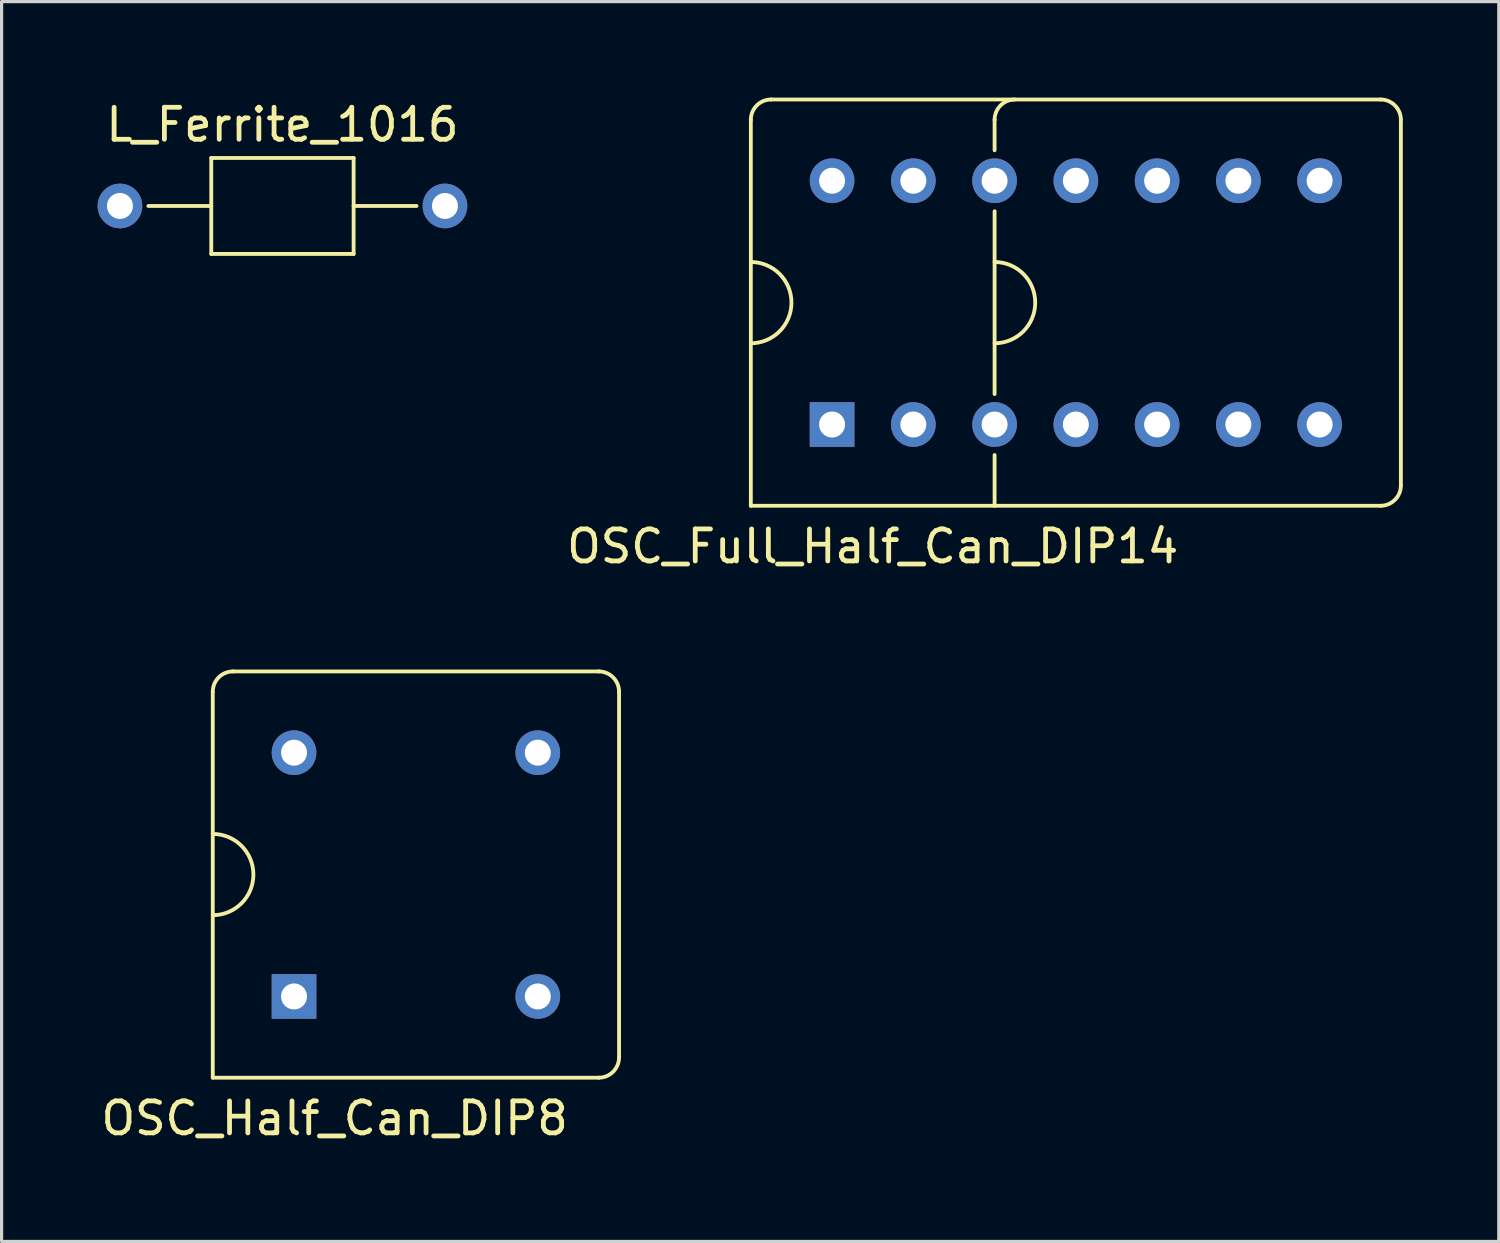
<source format=kicad_pcb>
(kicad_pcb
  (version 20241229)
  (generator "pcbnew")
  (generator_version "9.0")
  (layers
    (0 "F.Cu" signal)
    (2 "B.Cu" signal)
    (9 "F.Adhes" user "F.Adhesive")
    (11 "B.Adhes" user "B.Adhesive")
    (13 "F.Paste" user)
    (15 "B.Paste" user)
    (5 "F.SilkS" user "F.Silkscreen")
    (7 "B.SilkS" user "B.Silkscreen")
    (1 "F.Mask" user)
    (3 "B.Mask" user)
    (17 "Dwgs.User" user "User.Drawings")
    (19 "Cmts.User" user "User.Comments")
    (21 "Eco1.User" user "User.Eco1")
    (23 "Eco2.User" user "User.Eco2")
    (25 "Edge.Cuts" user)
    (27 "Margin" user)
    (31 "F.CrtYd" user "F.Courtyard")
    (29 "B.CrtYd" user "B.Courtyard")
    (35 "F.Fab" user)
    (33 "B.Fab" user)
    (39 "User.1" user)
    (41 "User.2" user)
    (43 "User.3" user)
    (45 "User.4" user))
  (footprint "OSC_Full_Half_Can_DIP14"
    (layer "F.Cu")
    (at 30.58 6.41)
    (property "Reference" "OSC_Full_Half_Can_DIP14" (at -6.35 7.62 0) (layer "F.SilkS") (effects (font (size 1 1) (thickness 0.15))))
    (attr through_hole)
    (fp_line (start -10.16 6.35) (end -10.16 -5.715) (stroke (width 0.12) (type solid)) (layer "F.SilkS"))
    (fp_line (start -9.525 -6.35) (end 9.525 -6.35) (stroke (width 0.12) (type solid)) (layer "F.SilkS"))
    (fp_line (start -2.54 -5.715) (end -2.54 -4.763) (stroke (width 0.12) (type solid)) (layer "F.SilkS"))
    (fp_line (start -2.54 -2.857) (end -2.54 2.857) (stroke (width 0.12) (type solid)) (layer "F.SilkS"))
    (fp_line (start -2.54 6.35) (end -2.54 4.763) (stroke (width 0.12) (type solid)) (layer "F.SilkS"))
    (fp_line (start 9.525 6.35) (end -10.16 6.35) (stroke (width 0.12) (type solid)) (layer "F.SilkS"))
    (fp_line (start 10.16 -5.715) (end 10.16 5.715) (stroke (width 0.12) (type solid)) (layer "F.SilkS"))
    (fp_arc (start -10.16 -5.715) (mid -9.974013 -6.164013) (end -9.525 -6.35) (stroke (width 0.12) (type solid)) (layer "F.SilkS"))
    (fp_arc (start -10.16 -1.27) (mid -8.89 0) (end -10.16 1.27) (stroke (width 0.12) (type solid)) (layer "F.SilkS"))
    (fp_arc (start -2.54 -5.715) (mid -2.354013 -6.164013) (end -1.905 -6.35) (stroke (width 0.12) (type solid)) (layer "F.SilkS"))
    (fp_arc (start -2.54 -1.27) (mid -1.27 0) (end -2.54 1.27) (stroke (width 0.12) (type solid)) (layer "F.SilkS"))
    (fp_arc (start 9.525 -6.35) (mid 9.974013 -6.164013) (end 10.16 -5.715) (stroke (width 0.12) (type solid)) (layer "F.SilkS"))
    (fp_arc (start 10.16 5.715) (mid 9.974013 6.164013) (end 9.525 6.35) (stroke (width 0.12) (type solid)) (layer "F.SilkS"))
    (pad "1" thru_hole rect (at -7.62 3.81) (size 1.397 1.397) (drill 0.813) (layers "*.Cu" "*.Mask"))
    (pad "2" thru_hole circle (at -5.08 3.81) (size 1.397 1.397) (drill 0.813) (layers "*.Cu" "*.Mask"))
    (pad "3" thru_hole circle (at -2.54 3.81) (size 1.397 1.397) (drill 0.813) (layers "*.Cu" "*.Mask"))
    (pad "4" thru_hole circle (at 0 3.81) (size 1.397 1.397) (drill 0.813) (layers "*.Cu" "*.Mask"))
    (pad "5" thru_hole circle (at 2.54 3.81) (size 1.397 1.397) (drill 0.813) (layers "*.Cu" "*.Mask"))
    (pad "6" thru_hole circle (at 5.08 3.81) (size 1.397 1.397) (drill 0.813) (layers "*.Cu" "*.Mask"))
    (pad "7" thru_hole circle (at 7.62 3.81) (size 1.397 1.397) (drill 0.813) (layers "*.Cu" "*.Mask"))
    (pad "8" thru_hole circle (at 7.62 -3.81) (size 1.397 1.397) (drill 0.813) (layers "*.Cu" "*.Mask"))
    (pad "9" thru_hole circle (at 5.08 -3.81) (size 1.397 1.397) (drill 0.813) (layers "*.Cu" "*.Mask"))
    (pad "10" thru_hole circle (at 2.54 -3.81) (size 1.397 1.397) (drill 0.813) (layers "*.Cu" "*.Mask"))
    (pad "11" thru_hole circle (at 0 -3.81) (size 1.397 1.397) (drill 0.813) (layers "*.Cu" "*.Mask"))
    (pad "12" thru_hole circle (at -2.54 -3.81) (size 1.397 1.397) (drill 0.813) (layers "*.Cu" "*.Mask"))
    (pad "13" thru_hole circle (at -5.08 -3.81) (size 1.397 1.397) (drill 0.813) (layers "*.Cu" "*.Mask"))
    (pad "14" thru_hole circle (at -7.62 -3.81) (size 1.397 1.397) (drill 0.813) (layers "*.Cu" "*.Mask")))
  (footprint "L_Ferrite_1016"
    (layer "F.Cu")
    (at 5.779 3.388)
    (property "Reference" "L_Ferrite_1016" (at 0 -2.54 0) (layer "F.SilkS") (effects (font (size 1 1) (thickness 0.15))))
    (attr through_hole)
    (fp_line (start -4.191 0) (end -2.225 0) (stroke (width 0.12) (type solid)) (layer "F.SilkS"))
    (fp_line (start -2.225 -1.5) (end 2.225 -1.5) (stroke (width 0.12) (type solid)) (layer "F.SilkS"))
    (fp_line (start -2.225 1.5) (end -2.225 -1.5) (stroke (width 0.12) (type solid)) (layer "F.SilkS"))
    (fp_line (start 2.225 -1.5) (end 2.225 1.5) (stroke (width 0.12) (type solid)) (layer "F.SilkS"))
    (fp_line (start 2.225 0) (end 4.191 0) (stroke (width 0.12) (type solid)) (layer "F.SilkS"))
    (fp_line (start 2.225 1.5) (end -2.225 1.5) (stroke (width 0.12) (type solid)) (layer "F.SilkS"))
    (pad "1" thru_hole circle (at -5.08 0) (size 1.397 1.397) (drill 0.813) (layers "*.Cu" "*.Mask"))
    (pad "2" thru_hole circle (at 5.08 0) (size 1.397 1.397) (drill 0.813) (layers "*.Cu" "*.Mask")))
  (footprint "OSC_Half_Can_DIP8"
    (layer "F.Cu")
    (at 9.951 24.288)
    (property "Reference" "OSC_Half_Can_DIP8" (at -2.54 7.62 0) (layer "F.SilkS") (effects (font (size 1 1) (thickness 0.15))))
    (attr through_hole)
    (fp_line (start -6.35 -5.715) (end -6.35 6.35) (stroke (width 0.12) (type solid)) (layer "F.SilkS"))
    (fp_line (start -5.715 -6.35) (end 5.715 -6.35) (stroke (width 0.12) (type solid)) (layer "F.SilkS"))
    (fp_line (start 5.715 6.35) (end -6.35 6.35) (stroke (width 0.12) (type solid)) (layer "F.SilkS"))
    (fp_line (start 6.35 5.715) (end 6.35 -5.715) (stroke (width 0.12) (type solid)) (layer "F.SilkS"))
    (fp_arc (start -6.35 -5.715) (mid -6.164013 -6.164013) (end -5.715 -6.35) (stroke (width 0.12) (type solid)) (layer "F.SilkS"))
    (fp_arc (start -6.35 -1.27) (mid -5.08 0) (end -6.35 1.27) (stroke (width 0.12) (type solid)) (layer "F.SilkS"))
    (fp_arc (start 5.715 -6.35) (mid 6.164013 -6.164013) (end 6.35 -5.715) (stroke (width 0.12) (type solid)) (layer "F.SilkS"))
    (fp_arc (start 6.35 5.715) (mid 6.164013 6.164013) (end 5.715 6.35) (stroke (width 0.12) (type solid)) (layer "F.SilkS"))
    (pad "1" thru_hole rect (at -3.81 3.81) (size 1.397 1.397) (drill 0.813) (layers "*.Cu" "*.Mask"))
    (pad "4" thru_hole circle (at 3.81 3.81) (size 1.397 1.397) (drill 0.813) (layers "*.Cu" "*.Mask"))
    (pad "5" thru_hole circle (at 3.81 -3.81) (size 1.397 1.397) (drill 0.813) (layers "*.Cu" "*.Mask"))
    (pad "8" thru_hole circle (at -3.81 -3.81) (size 1.397 1.397) (drill 0.813) (layers "*.Cu" "*.Mask")))
  (gr_rect
    (start -3 -3)
    (end 43.8 35.757)
    (stroke (width 0.1) (type default))
    (fill no)
    (layer "Edge.Cuts")))
</source>
